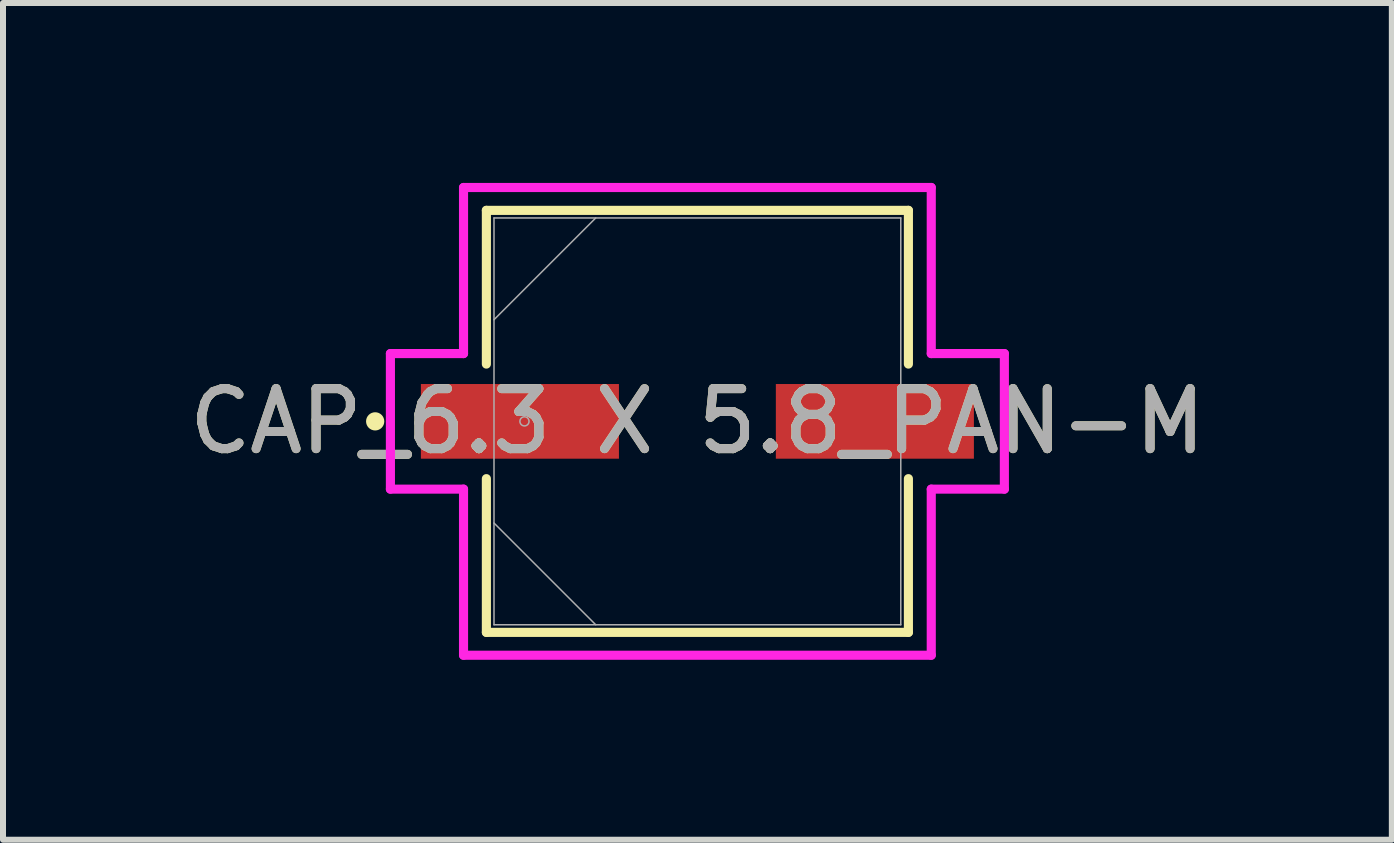
<source format=kicad_pcb>
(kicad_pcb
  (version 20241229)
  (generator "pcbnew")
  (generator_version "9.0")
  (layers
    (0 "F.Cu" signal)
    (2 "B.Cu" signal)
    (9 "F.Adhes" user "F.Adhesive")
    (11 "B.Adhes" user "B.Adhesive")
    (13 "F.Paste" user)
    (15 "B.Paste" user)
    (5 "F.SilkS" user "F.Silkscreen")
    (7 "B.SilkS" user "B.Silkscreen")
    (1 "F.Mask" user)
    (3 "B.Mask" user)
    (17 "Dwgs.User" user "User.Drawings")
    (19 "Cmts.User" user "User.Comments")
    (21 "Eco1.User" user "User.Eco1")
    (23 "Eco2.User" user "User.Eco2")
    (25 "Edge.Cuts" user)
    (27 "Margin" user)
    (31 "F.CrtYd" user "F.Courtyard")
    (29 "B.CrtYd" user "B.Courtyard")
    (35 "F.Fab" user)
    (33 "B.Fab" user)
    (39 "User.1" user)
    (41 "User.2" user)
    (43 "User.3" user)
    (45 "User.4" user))
  (footprint "CAP_6.3 X 5.8_PAN-M"
    (layer "F.Cu")
    (at 8.577 3.975)
    (property "Reference" "CAP_6.3 X 5.8_PAN-M" (at 0 0 0) (unlocked yes) (layer "F.SilkS") (effects (font (size 1 1) (thickness 0.15))))
    (attr smd)
    (fp_line (start -3.518 -3.518) (end -3.518 -0.955) (stroke (width 0.152) (type solid)) (layer "F.SilkS"))
    (fp_line (start -3.518 0.955) (end -3.518 3.518) (stroke (width 0.152) (type solid)) (layer "F.SilkS"))
    (fp_line (start -3.518 3.518) (end 3.518 3.518) (stroke (width 0.152) (type solid)) (layer "F.SilkS"))
    (fp_line (start 3.518 -3.518) (end -3.518 -3.518) (stroke (width 0.152) (type solid)) (layer "F.SilkS"))
    (fp_line (start 3.518 -0.955) (end 3.518 -3.518) (stroke (width 0.152) (type solid)) (layer "F.SilkS"))
    (fp_line (start 3.518 3.518) (end 3.518 0.955) (stroke (width 0.152) (type solid)) (layer "F.SilkS"))
    (fp_circle (center -5.372 0) (end -5.296 0) (stroke (width 0.152) (type solid)) (fill no) (layer "F.SilkS"))
    (fp_line (start -5.118 -1.13) (end -3.899 -1.13) (stroke (width 0.152) (type solid)) (layer "F.CrtYd"))
    (fp_line (start -5.118 1.13) (end -5.118 -1.13) (stroke (width 0.152) (type solid)) (layer "F.CrtYd"))
    (fp_line (start -3.899 -3.899) (end 3.899 -3.899) (stroke (width 0.152) (type solid)) (layer "F.CrtYd"))
    (fp_line (start -3.899 -1.13) (end -3.899 -3.899) (stroke (width 0.152) (type solid)) (layer "F.CrtYd"))
    (fp_line (start -3.899 1.13) (end -5.118 1.13) (stroke (width 0.152) (type solid)) (layer "F.CrtYd"))
    (fp_line (start -3.899 3.899) (end -3.899 1.13) (stroke (width 0.152) (type solid)) (layer "F.CrtYd"))
    (fp_line (start 3.899 -3.899) (end 3.899 -1.13) (stroke (width 0.152) (type solid)) (layer "F.CrtYd"))
    (fp_line (start 3.899 -1.13) (end 5.118 -1.13) (stroke (width 0.152) (type solid)) (layer "F.CrtYd"))
    (fp_line (start 3.899 1.13) (end 3.899 3.899) (stroke (width 0.152) (type solid)) (layer "F.CrtYd"))
    (fp_line (start 3.899 3.899) (end -3.899 3.899) (stroke (width 0.152) (type solid)) (layer "F.CrtYd"))
    (fp_line (start 5.118 -1.13) (end 5.118 1.13) (stroke (width 0.152) (type solid)) (layer "F.CrtYd"))
    (fp_line (start 5.118 1.13) (end 3.899 1.13) (stroke (width 0.152) (type solid)) (layer "F.CrtYd"))
    (fp_line (start -3.391 -3.391) (end -3.391 3.391) (stroke (width 0.025) (type solid)) (layer "F.Fab"))
    (fp_line (start -3.391 -1.695) (end -1.695 -3.391) (stroke (width 0.025) (type solid)) (layer "F.Fab"))
    (fp_line (start -3.391 1.695) (end -1.695 3.391) (stroke (width 0.025) (type solid)) (layer "F.Fab"))
    (fp_line (start -3.391 3.391) (end 3.391 3.391) (stroke (width 0.025) (type solid)) (layer "F.Fab"))
    (fp_line (start 3.391 -3.391) (end -3.391 -3.391) (stroke (width 0.025) (type solid)) (layer "F.Fab"))
    (fp_line (start 3.391 3.391) (end 3.391 -3.391) (stroke (width 0.025) (type solid)) (layer "F.Fab"))
    (fp_circle (center -2.883 0) (end -2.807 0) (stroke (width 0.025) (type solid)) (fill no) (layer "F.Fab"))
    (fp_text user "${REFERENCE}" (at 0 0 0) (unlocked yes) (layer "F.Fab") (effects (font (size 1 1) (thickness 0.15))))
    (pad "1" smd rect (at -2.959 0) (size 3.302 1.245) (layers "F.Cu" "F.Mask" "F.Paste"))
    (pad "2" smd rect (at 2.959 0) (size 3.302 1.245) (layers "F.Cu" "F.Mask" "F.Paste"))
    (zone (net_name "") (layer "F.Cu") (hatch full 0.508) (connect_pads) (min_thickness 0.254) (filled_areas_thickness no) (keepout (tracks not_allowed) (vias not_allowed) (pads allowed) (copperpour not_allowed) (footprints allowed)) (placement (enabled no)) (fill) (polygon (pts (xy 5.237 0.635) (xy 11.917 0.635) (xy 11.917 3.302) (xy 5.237 3.302))))
    (zone (net_name "") (layer "F.Cu") (hatch full 0.508) (connect_pads) (min_thickness 0.254) (filled_areas_thickness no) (keepout (tracks not_allowed) (vias not_allowed) (pads allowed) (copperpour not_allowed) (footprints allowed)) (placement (enabled no)) (fill) (polygon (pts (xy 5.237 4.648) (xy 11.917 4.648) (xy 11.917 7.315) (xy 5.237 7.315))))
    (zone (net_name "") (layer "F.Cu") (hatch full 0.508) (connect_pads) (min_thickness 0.254) (filled_areas_thickness no) (keepout (tracks not_allowed) (vias not_allowed) (pads allowed) (copperpour not_allowed) (footprints allowed)) (placement (enabled no)) (fill) (polygon (pts (xy 7.32 3.302) (xy 9.835 3.302) (xy 9.835 4.648) (xy 7.32 4.648)))))
  (gr_rect
    (start -3 -3)
    (end 20.155 10.95)
    (stroke (width 0.1) (type default))
    (fill no)
    (layer "Edge.Cuts")))
</source>
